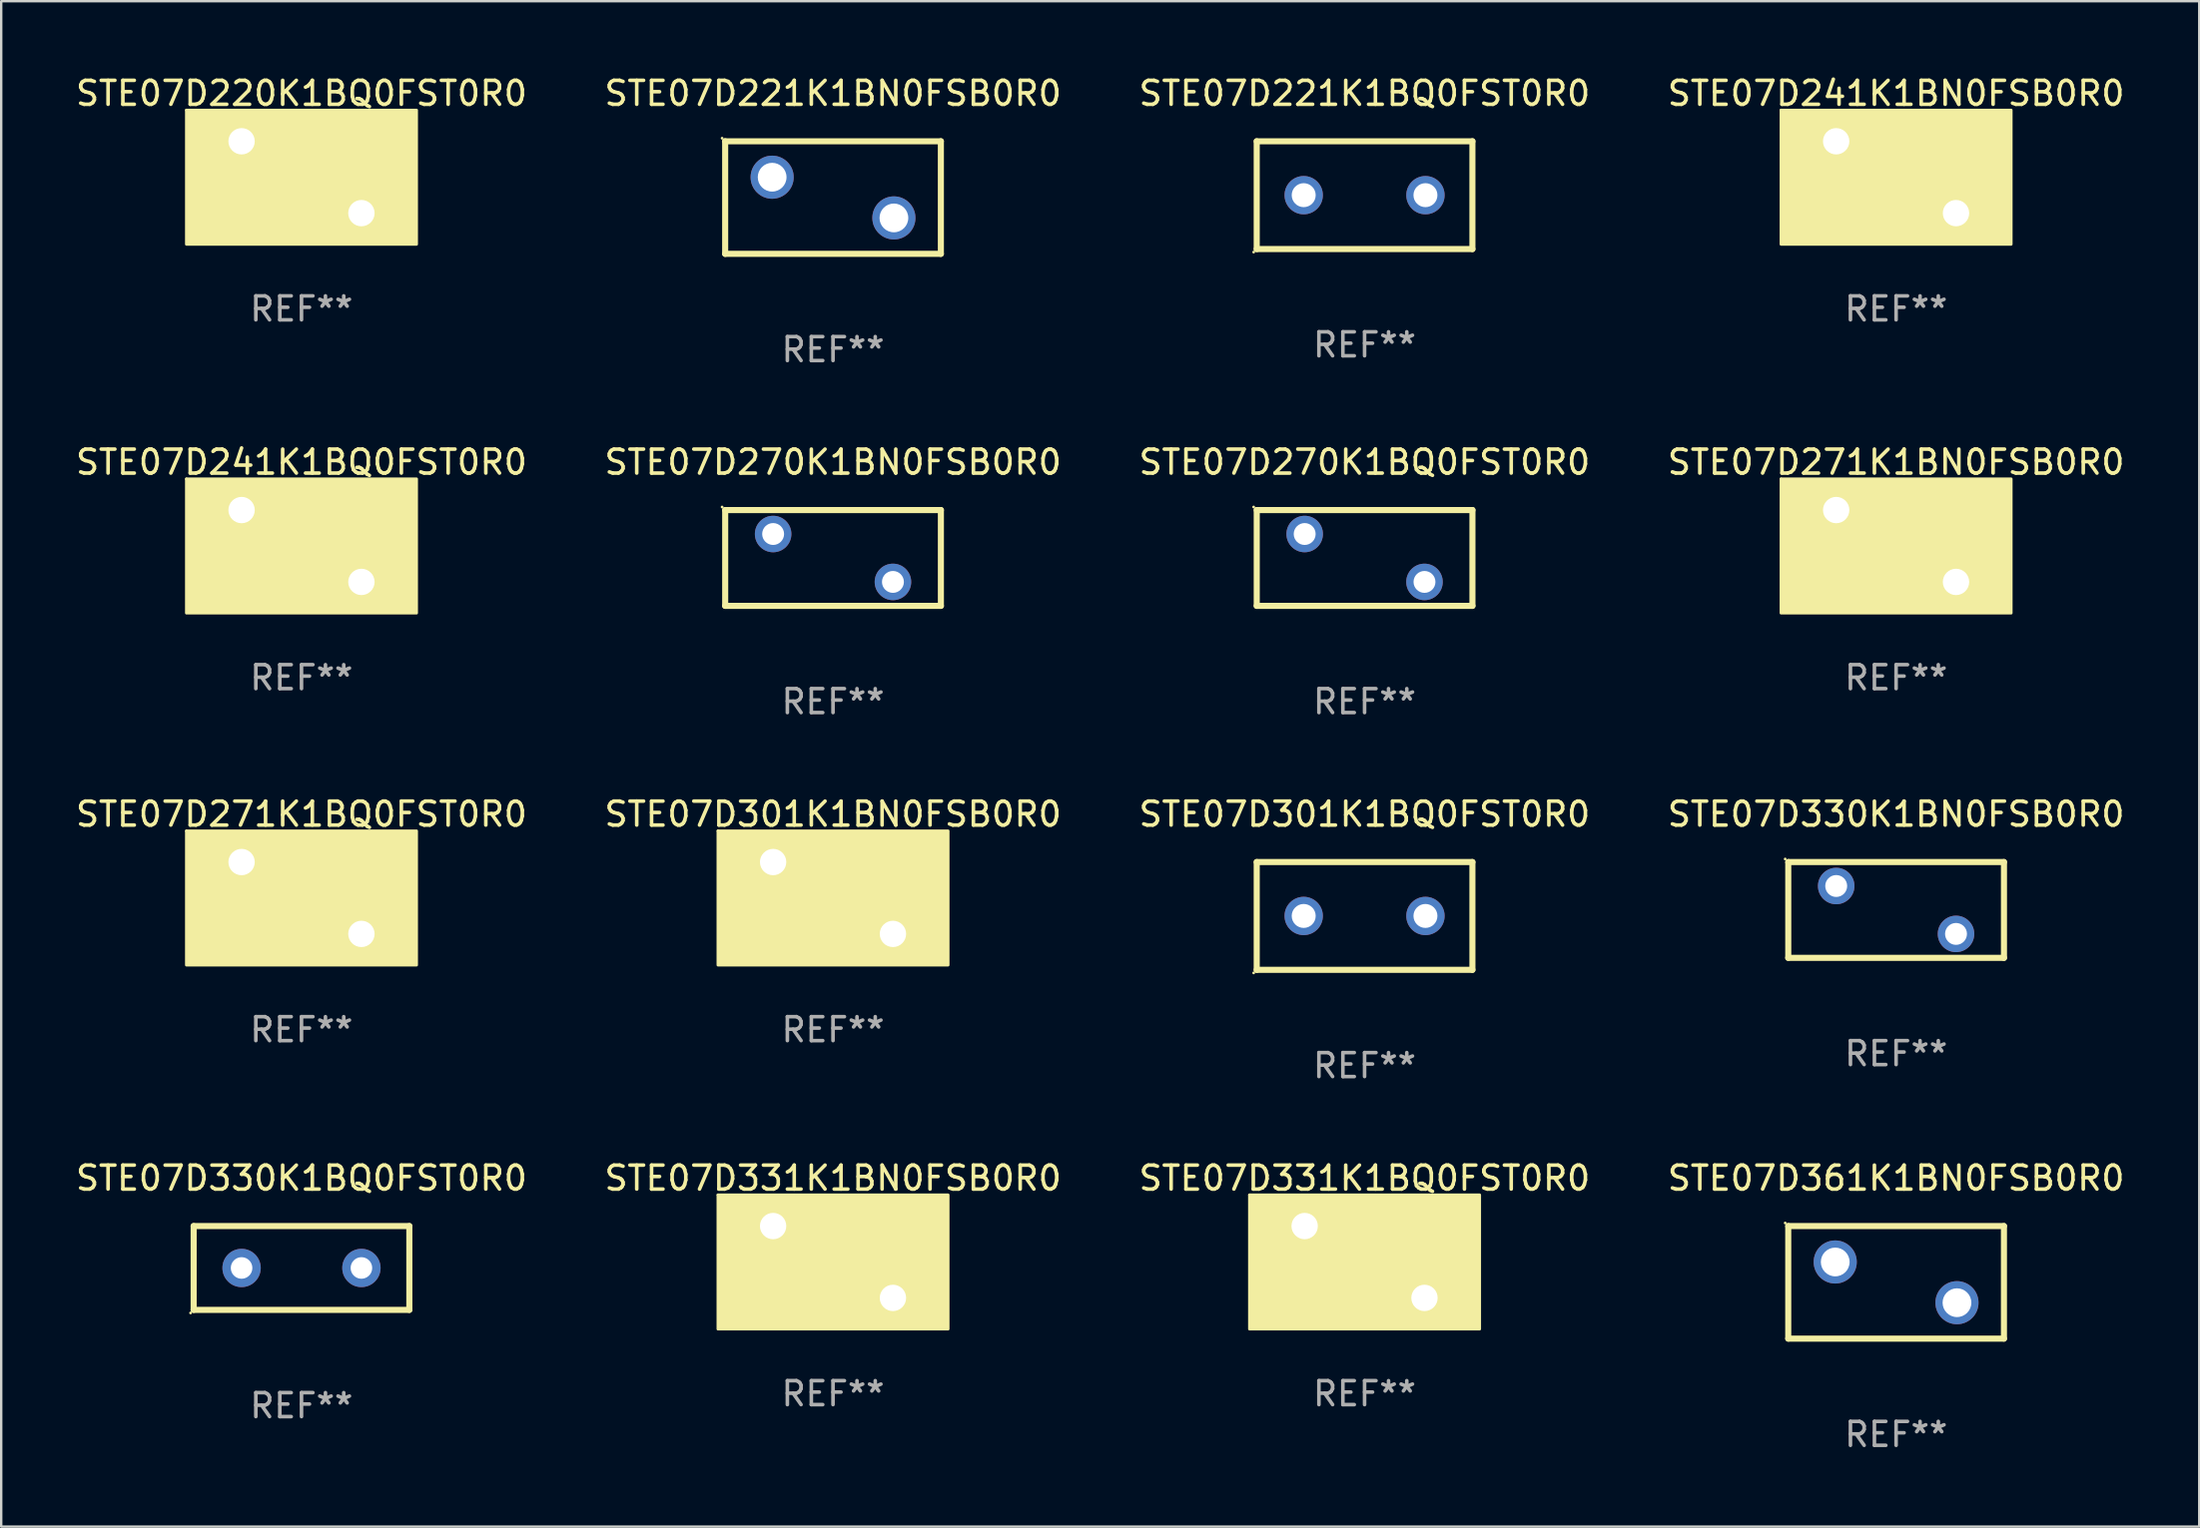
<source format=kicad_pcb>
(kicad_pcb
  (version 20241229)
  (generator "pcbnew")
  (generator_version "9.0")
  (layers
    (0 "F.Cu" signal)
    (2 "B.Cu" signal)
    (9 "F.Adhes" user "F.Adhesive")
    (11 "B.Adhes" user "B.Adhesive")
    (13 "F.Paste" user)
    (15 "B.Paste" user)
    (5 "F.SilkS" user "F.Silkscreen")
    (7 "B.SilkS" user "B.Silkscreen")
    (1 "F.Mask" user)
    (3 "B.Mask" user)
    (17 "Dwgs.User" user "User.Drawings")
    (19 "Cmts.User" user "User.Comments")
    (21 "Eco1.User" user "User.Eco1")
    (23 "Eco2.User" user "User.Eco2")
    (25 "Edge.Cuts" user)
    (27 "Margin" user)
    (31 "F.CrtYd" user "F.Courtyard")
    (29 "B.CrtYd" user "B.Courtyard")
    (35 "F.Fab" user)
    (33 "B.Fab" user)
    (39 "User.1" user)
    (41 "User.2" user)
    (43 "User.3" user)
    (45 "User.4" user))
  (footprint "STE07D301K1BN0FSB0R0"
    (layer "F.Cu")
    (at 31.708 34.441)
    (property "Reference" "STE07D301K1BN0FSB0R0" (at 0 -3.5 0) (layer "F.SilkS") (effects (font (size 1 1) (thickness 0.15))))
    (attr through_hole)
    (fp_circle (center -4.8 -2.8) (end -4.77 -2.8) (stroke (width 0.06) (type solid)) (fill no) (layer "F.SilkS"))
    (fp_poly (pts (xy -4.8 -2.8) (xy 4.8 -2.8) (xy 4.8 2.8) (xy -4.8 2.8)) (stroke (width 0.12) (type solid)) (fill yes) (layer "F.SilkS"))
    (fp_text user "REF**" (at 0 5.5 0) (layer "F.Fab") (effects (font (size 1 1) (thickness 0.15))))
    (pad "1" thru_hole circle (at -2.5 -1.5) (size 1.8 1.8) (drill 1.1) (layers "*.Cu" "*.Mask"))
    (pad "2" thru_hole circle (at 2.5 1.5) (size 1.8 1.8) (drill 1.1) (layers "*.Cu" "*.Mask")))
  (footprint "STE07D330K1BN0FSB0R0"
    (layer "F.Cu")
    (at 76.065 34.941)
    (property "Reference" "STE07D330K1BN0FSB0R0" (at 0 -4 0) (layer "F.SilkS") (effects (font (size 1 1) (thickness 0.15))))
    (attr through_hole)
    (fp_line (start -4.499 -2) (end 4.501 -2) (stroke (width 0.254) (type solid)) (layer "F.SilkS"))
    (fp_line (start -4.499 1.998) (end -4.499 -2) (stroke (width 0.254) (type solid)) (layer "F.SilkS"))
    (fp_line (start 4.501 -2) (end 4.501 2) (stroke (width 0.254) (type solid)) (layer "F.SilkS"))
    (fp_line (start 4.501 2) (end -4.501 2) (stroke (width 0.254) (type solid)) (layer "F.SilkS"))
    (fp_circle (center -4.628 -2.127) (end -4.598 -2.127) (stroke (width 0.06) (type solid)) (fill no) (layer "F.SilkS"))
    (fp_text user "REF**" (at 0 6 0) (layer "F.Fab") (effects (font (size 1 1) (thickness 0.15))))
    (pad "1" thru_hole circle (at -2.499 -1) (size 1.524 1.524) (drill 0.914) (layers "*.Cu" "*.Mask"))
    (pad "2" thru_hole circle (at 2.5 1) (size 1.524 1.524) (drill 0.914) (layers "*.Cu" "*.Mask")))
  (footprint "STE07D221K1BN0FSB0R0"
    (layer "F.Cu")
    (at 31.708 5.198)
    (property "Reference" "STE07D221K1BN0FSB0R0" (at 0 -4.35 0) (layer "F.SilkS") (effects (font (size 1 1) (thickness 0.15))))
    (attr through_hole)
    (fp_line (start -4.5 -2.35) (end 4.5 -2.35) (stroke (width 0.254) (type solid)) (layer "F.SilkS"))
    (fp_line (start -4.5 2.35) (end -4.5 -2.35) (stroke (width 0.254) (type solid)) (layer "F.SilkS"))
    (fp_line (start 4.5 -2.35) (end 4.5 2.35) (stroke (width 0.254) (type solid)) (layer "F.SilkS"))
    (fp_line (start 4.5 2.35) (end -4.5 2.35) (stroke (width 0.254) (type solid)) (layer "F.SilkS"))
    (fp_circle (center -4.627 -2.477) (end -4.597 -2.477) (stroke (width 0.06) (type solid)) (fill no) (layer "F.SilkS"))
    (fp_text user "REF**" (at 0 6.35 0) (layer "F.Fab") (effects (font (size 1 1) (thickness 0.15))))
    (pad "1" thru_hole circle (at -2.54 -0.85) (size 1.8 1.8) (drill 1.2) (layers "*.Cu" "*.Mask"))
    (pad "2" thru_hole circle (at 2.54 0.85) (size 1.8 1.8) (drill 1.2) (layers "*.Cu" "*.Mask")))
  (footprint "STE07D221K1BQ0FST0R0"
    (layer "F.Cu")
    (at 53.887 5.098)
    (property "Reference" "STE07D221K1BQ0FST0R0" (at 0 -4.25 0) (layer "F.SilkS") (effects (font (size 1 1) (thickness 0.15))))
    (attr through_hole)
    (fp_line (start -4.5 -2.25) (end 4.5 -2.25) (stroke (width 0.254) (type solid)) (layer "F.SilkS"))
    (fp_line (start -4.5 2.25) (end -4.5 -2.25) (stroke (width 0.254) (type solid)) (layer "F.SilkS"))
    (fp_line (start 4.5 -2.25) (end 4.5 2.25) (stroke (width 0.254) (type solid)) (layer "F.SilkS"))
    (fp_line (start 4.5 2.25) (end -4.5 2.25) (stroke (width 0.254) (type solid)) (layer "F.SilkS"))
    (fp_circle (center -4.627 2.377) (end -4.597 2.377) (stroke (width 0.06) (type solid)) (fill no) (layer "F.SilkS"))
    (fp_text user "REF**" (at 0 6.25 0) (layer "F.Fab") (effects (font (size 1 1) (thickness 0.15))))
    (pad "1" thru_hole circle (at -2.54 0) (size 1.6 1.6) (drill 1) (layers "*.Cu" "*.Mask"))
    (pad "2" thru_hole circle (at 2.54 0) (size 1.6 1.6) (drill 1) (layers "*.Cu" "*.Mask")))
  (footprint "STE07D331K1BN0FSB0R0"
    (layer "F.Cu")
    (at 31.708 49.638)
    (property "Reference" "STE07D331K1BN0FSB0R0" (at 0 -3.5 0) (layer "F.SilkS") (effects (font (size 1 1) (thickness 0.15))))
    (attr through_hole)
    (fp_circle (center -4.8 -2.8) (end -4.77 -2.8) (stroke (width 0.06) (type solid)) (fill no) (layer "F.SilkS"))
    (fp_poly (pts (xy -4.8 -2.8) (xy 4.8 -2.8) (xy 4.8 2.8) (xy -4.8 2.8)) (stroke (width 0.12) (type solid)) (fill yes) (layer "F.SilkS"))
    (fp_text user "REF**" (at 0 5.5 0) (layer "F.Fab") (effects (font (size 1 1) (thickness 0.15))))
    (pad "1" thru_hole circle (at -2.5 -1.5) (size 1.8 1.8) (drill 1.1) (layers "*.Cu" "*.Mask"))
    (pad "2" thru_hole circle (at 2.5 1.5) (size 1.8 1.8) (drill 1.1) (layers "*.Cu" "*.Mask")))
  (footprint "STE07D241K1BN0FSB0R0"
    (layer "F.Cu")
    (at 76.065 4.348)
    (property "Reference" "STE07D241K1BN0FSB0R0" (at 0 -3.5 0) (layer "F.SilkS") (effects (font (size 1 1) (thickness 0.15))))
    (attr through_hole)
    (fp_circle (center -4.8 -2.8) (end -4.77 -2.8) (stroke (width 0.06) (type solid)) (fill no) (layer "F.SilkS"))
    (fp_poly (pts (xy -4.8 -2.8) (xy 4.8 -2.8) (xy 4.8 2.8) (xy -4.8 2.8)) (stroke (width 0.12) (type solid)) (fill yes) (layer "F.SilkS"))
    (fp_text user "REF**" (at 0 5.5 0) (layer "F.Fab") (effects (font (size 1 1) (thickness 0.15))))
    (pad "1" thru_hole circle (at -2.5 -1.5) (size 1.8 1.8) (drill 1.1) (layers "*.Cu" "*.Mask"))
    (pad "2" thru_hole circle (at 2.5 1.5) (size 1.8 1.8) (drill 1.1) (layers "*.Cu" "*.Mask")))
  (footprint "STE07D270K1BN0FSB0R0"
    (layer "F.Cu")
    (at 31.708 20.245)
    (property "Reference" "STE07D270K1BN0FSB0R0" (at 0 -4 0) (layer "F.SilkS") (effects (font (size 1 1) (thickness 0.15))))
    (attr through_hole)
    (fp_line (start -4.499 -2) (end 4.501 -2) (stroke (width 0.254) (type solid)) (layer "F.SilkS"))
    (fp_line (start -4.499 1.998) (end -4.499 -2) (stroke (width 0.254) (type solid)) (layer "F.SilkS"))
    (fp_line (start 4.501 -2) (end 4.501 2) (stroke (width 0.254) (type solid)) (layer "F.SilkS"))
    (fp_line (start 4.501 2) (end -4.501 2) (stroke (width 0.254) (type solid)) (layer "F.SilkS"))
    (fp_circle (center -4.628 -2.127) (end -4.598 -2.127) (stroke (width 0.06) (type solid)) (fill no) (layer "F.SilkS"))
    (fp_text user "REF**" (at 0 6 0) (layer "F.Fab") (effects (font (size 1 1) (thickness 0.15))))
    (pad "1" thru_hole circle (at -2.499 -1) (size 1.524 1.524) (drill 0.914) (layers "*.Cu" "*.Mask"))
    (pad "2" thru_hole circle (at 2.5 1) (size 1.524 1.524) (drill 0.914) (layers "*.Cu" "*.Mask")))
  (footprint "STE07D330K1BQ0FST0R0"
    (layer "F.Cu")
    (at 9.53 49.888)
    (property "Reference" "STE07D330K1BQ0FST0R0" (at 0 -3.75 0) (layer "F.SilkS") (effects (font (size 1 1) (thickness 0.15))))
    (attr through_hole)
    (fp_line (start -4.5 -1.75) (end 4.5 -1.75) (stroke (width 0.254) (type solid)) (layer "F.SilkS"))
    (fp_line (start -4.5 1.75) (end -4.5 -1.75) (stroke (width 0.254) (type solid)) (layer "F.SilkS"))
    (fp_line (start 4.5 -1.75) (end 4.5 1.75) (stroke (width 0.254) (type solid)) (layer "F.SilkS"))
    (fp_line (start 4.5 1.75) (end -4.5 1.75) (stroke (width 0.254) (type solid)) (layer "F.SilkS"))
    (fp_circle (center -4.627 1.877) (end -4.597 1.877) (stroke (width 0.06) (type solid)) (fill no) (layer "F.SilkS"))
    (fp_text user "REF**" (at 0 5.75 0) (layer "F.Fab") (effects (font (size 1 1) (thickness 0.15))))
    (pad "1" thru_hole circle (at -2.5 0) (size 1.6 1.6) (drill 0.9) (layers "*.Cu" "*.Mask"))
    (pad "2" thru_hole circle (at 2.5 0) (size 1.6 1.6) (drill 0.9) (layers "*.Cu" "*.Mask")))
  (footprint "STE07D271K1BQ0FST0R0"
    (layer "F.Cu")
    (at 9.53 34.441)
    (property "Reference" "STE07D271K1BQ0FST0R0" (at 0 -3.5 0) (layer "F.SilkS") (effects (font (size 1 1) (thickness 0.15))))
    (attr through_hole)
    (fp_circle (center -4.8 -2.8) (end -4.77 -2.8) (stroke (width 0.06) (type solid)) (fill no) (layer "F.SilkS"))
    (fp_poly (pts (xy -4.8 -2.8) (xy 4.8 -2.8) (xy 4.8 2.8) (xy -4.8 2.8)) (stroke (width 0.12) (type solid)) (fill yes) (layer "F.SilkS"))
    (fp_text user "REF**" (at 0 5.5 0) (layer "F.Fab") (effects (font (size 1 1) (thickness 0.15))))
    (pad "1" thru_hole circle (at -2.5 -1.5) (size 1.8 1.8) (drill 1.1) (layers "*.Cu" "*.Mask"))
    (pad "2" thru_hole circle (at 2.5 1.5) (size 1.8 1.8) (drill 1.1) (layers "*.Cu" "*.Mask")))
  (footprint "STE07D220K1BQ0FST0R0"
    (layer "F.Cu")
    (at 9.53 4.348)
    (property "Reference" "STE07D220K1BQ0FST0R0" (at 0 -3.5 0) (layer "F.SilkS") (effects (font (size 1 1) (thickness 0.15))))
    (attr through_hole)
    (fp_circle (center -4.8 -2.8) (end -4.77 -2.8) (stroke (width 0.06) (type solid)) (fill no) (layer "F.SilkS"))
    (fp_poly (pts (xy -4.8 -2.8) (xy 4.8 -2.8) (xy 4.8 2.8) (xy -4.8 2.8)) (stroke (width 0.12) (type solid)) (fill yes) (layer "F.SilkS"))
    (fp_text user "REF**" (at 0 5.5 0) (layer "F.Fab") (effects (font (size 1 1) (thickness 0.15))))
    (pad "1" thru_hole circle (at -2.5 -1.5) (size 1.8 1.8) (drill 1.1) (layers "*.Cu" "*.Mask"))
    (pad "2" thru_hole circle (at 2.5 1.5) (size 1.8 1.8) (drill 1.1) (layers "*.Cu" "*.Mask")))
  (footprint "STE07D241K1BQ0FST0R0"
    (layer "F.Cu")
    (at 9.53 19.745)
    (property "Reference" "STE07D241K1BQ0FST0R0" (at 0 -3.5 0) (layer "F.SilkS") (effects (font (size 1 1) (thickness 0.15))))
    (attr through_hole)
    (fp_circle (center -4.8 -2.8) (end -4.77 -2.8) (stroke (width 0.06) (type solid)) (fill no) (layer "F.SilkS"))
    (fp_poly (pts (xy -4.8 -2.8) (xy 4.8 -2.8) (xy 4.8 2.8) (xy -4.8 2.8)) (stroke (width 0.12) (type solid)) (fill yes) (layer "F.SilkS"))
    (fp_text user "REF**" (at 0 5.5 0) (layer "F.Fab") (effects (font (size 1 1) (thickness 0.15))))
    (pad "1" thru_hole circle (at -2.5 -1.5) (size 1.8 1.8) (drill 1.1) (layers "*.Cu" "*.Mask"))
    (pad "2" thru_hole circle (at 2.5 1.5) (size 1.8 1.8) (drill 1.1) (layers "*.Cu" "*.Mask")))
  (footprint "STE07D270K1BQ0FST0R0"
    (layer "F.Cu")
    (at 53.887 20.245)
    (property "Reference" "STE07D270K1BQ0FST0R0" (at 0 -4 0) (layer "F.SilkS") (effects (font (size 1 1) (thickness 0.15))))
    (attr through_hole)
    (fp_line (start -4.499 -2) (end 4.501 -2) (stroke (width 0.254) (type solid)) (layer "F.SilkS"))
    (fp_line (start -4.499 1.998) (end -4.499 -2) (stroke (width 0.254) (type solid)) (layer "F.SilkS"))
    (fp_line (start 4.501 -2) (end 4.501 2) (stroke (width 0.254) (type solid)) (layer "F.SilkS"))
    (fp_line (start 4.501 2) (end -4.501 2) (stroke (width 0.254) (type solid)) (layer "F.SilkS"))
    (fp_circle (center -4.628 -2.127) (end -4.598 -2.127) (stroke (width 0.06) (type solid)) (fill no) (layer "F.SilkS"))
    (fp_text user "REF**" (at 0 6 0) (layer "F.Fab") (effects (font (size 1 1) (thickness 0.15))))
    (pad "1" thru_hole circle (at -2.499 -1) (size 1.524 1.524) (drill 0.914) (layers "*.Cu" "*.Mask"))
    (pad "2" thru_hole circle (at 2.5 1) (size 1.524 1.524) (drill 0.914) (layers "*.Cu" "*.Mask")))
  (footprint "STE07D361K1BN0FSB0R0"
    (layer "F.Cu")
    (at 76.065 50.488)
    (property "Reference" "STE07D361K1BN0FSB0R0" (at 0 -4.35 0) (layer "F.SilkS") (effects (font (size 1 1) (thickness 0.15))))
    (attr through_hole)
    (fp_line (start -4.5 -2.35) (end 4.5 -2.35) (stroke (width 0.254) (type solid)) (layer "F.SilkS"))
    (fp_line (start -4.5 2.35) (end -4.5 -2.35) (stroke (width 0.254) (type solid)) (layer "F.SilkS"))
    (fp_line (start 4.5 -2.35) (end 4.5 2.35) (stroke (width 0.254) (type solid)) (layer "F.SilkS"))
    (fp_line (start 4.5 2.35) (end -4.5 2.35) (stroke (width 0.254) (type solid)) (layer "F.SilkS"))
    (fp_circle (center -4.627 -2.477) (end -4.597 -2.477) (stroke (width 0.06) (type solid)) (fill no) (layer "F.SilkS"))
    (fp_text user "REF**" (at 0 6.35 0) (layer "F.Fab") (effects (font (size 1 1) (thickness 0.15))))
    (pad "1" thru_hole circle (at -2.54 -0.85) (size 1.8 1.8) (drill 1.2) (layers "*.Cu" "*.Mask"))
    (pad "2" thru_hole circle (at 2.54 0.85) (size 1.8 1.8) (drill 1.2) (layers "*.Cu" "*.Mask")))
  (footprint "STE07D331K1BQ0FST0R0"
    (layer "F.Cu")
    (at 53.887 49.638)
    (property "Reference" "STE07D331K1BQ0FST0R0" (at 0 -3.5 0) (layer "F.SilkS") (effects (font (size 1 1) (thickness 0.15))))
    (attr through_hole)
    (fp_circle (center -4.8 -2.8) (end -4.77 -2.8) (stroke (width 0.06) (type solid)) (fill no) (layer "F.SilkS"))
    (fp_poly (pts (xy -4.8 -2.8) (xy 4.8 -2.8) (xy 4.8 2.8) (xy -4.8 2.8)) (stroke (width 0.12) (type solid)) (fill yes) (layer "F.SilkS"))
    (fp_text user "REF**" (at 0 5.5 0) (layer "F.Fab") (effects (font (size 1 1) (thickness 0.15))))
    (pad "1" thru_hole circle (at -2.5 -1.5) (size 1.8 1.8) (drill 1.1) (layers "*.Cu" "*.Mask"))
    (pad "2" thru_hole circle (at 2.5 1.5) (size 1.8 1.8) (drill 1.1) (layers "*.Cu" "*.Mask")))
  (footprint "STE07D271K1BN0FSB0R0"
    (layer "F.Cu")
    (at 76.065 19.745)
    (property "Reference" "STE07D271K1BN0FSB0R0" (at 0 -3.5 0) (layer "F.SilkS") (effects (font (size 1 1) (thickness 0.15))))
    (attr through_hole)
    (fp_circle (center -4.8 -2.8) (end -4.77 -2.8) (stroke (width 0.06) (type solid)) (fill no) (layer "F.SilkS"))
    (fp_poly (pts (xy -4.8 -2.8) (xy 4.8 -2.8) (xy 4.8 2.8) (xy -4.8 2.8)) (stroke (width 0.12) (type solid)) (fill yes) (layer "F.SilkS"))
    (fp_text user "REF**" (at 0 5.5 0) (layer "F.Fab") (effects (font (size 1 1) (thickness 0.15))))
    (pad "1" thru_hole circle (at -2.5 -1.5) (size 1.8 1.8) (drill 1.1) (layers "*.Cu" "*.Mask"))
    (pad "2" thru_hole circle (at 2.5 1.5) (size 1.8 1.8) (drill 1.1) (layers "*.Cu" "*.Mask")))
  (footprint "STE07D301K1BQ0FST0R0"
    (layer "F.Cu")
    (at 53.887 35.191)
    (property "Reference" "STE07D301K1BQ0FST0R0" (at 0 -4.25 0) (layer "F.SilkS") (effects (font (size 1 1) (thickness 0.15))))
    (attr through_hole)
    (fp_line (start -4.5 -2.25) (end 4.5 -2.25) (stroke (width 0.254) (type solid)) (layer "F.SilkS"))
    (fp_line (start -4.5 2.25) (end -4.5 -2.25) (stroke (width 0.254) (type solid)) (layer "F.SilkS"))
    (fp_line (start 4.5 -2.25) (end 4.5 2.25) (stroke (width 0.254) (type solid)) (layer "F.SilkS"))
    (fp_line (start 4.5 2.25) (end -4.5 2.25) (stroke (width 0.254) (type solid)) (layer "F.SilkS"))
    (fp_circle (center -4.627 2.377) (end -4.597 2.377) (stroke (width 0.06) (type solid)) (fill no) (layer "F.SilkS"))
    (fp_text user "REF**" (at 0 6.25 0) (layer "F.Fab") (effects (font (size 1 1) (thickness 0.15))))
    (pad "1" thru_hole circle (at -2.54 0) (size 1.6 1.6) (drill 1) (layers "*.Cu" "*.Mask"))
    (pad "2" thru_hole circle (at 2.54 0) (size 1.6 1.6) (drill 1) (layers "*.Cu" "*.Mask")))
  (gr_rect
    (start -3 -3)
    (end 88.714 60.686)
    (stroke (width 0.1) (type default))
    (fill no)
    (layer "Edge.Cuts")))
</source>
